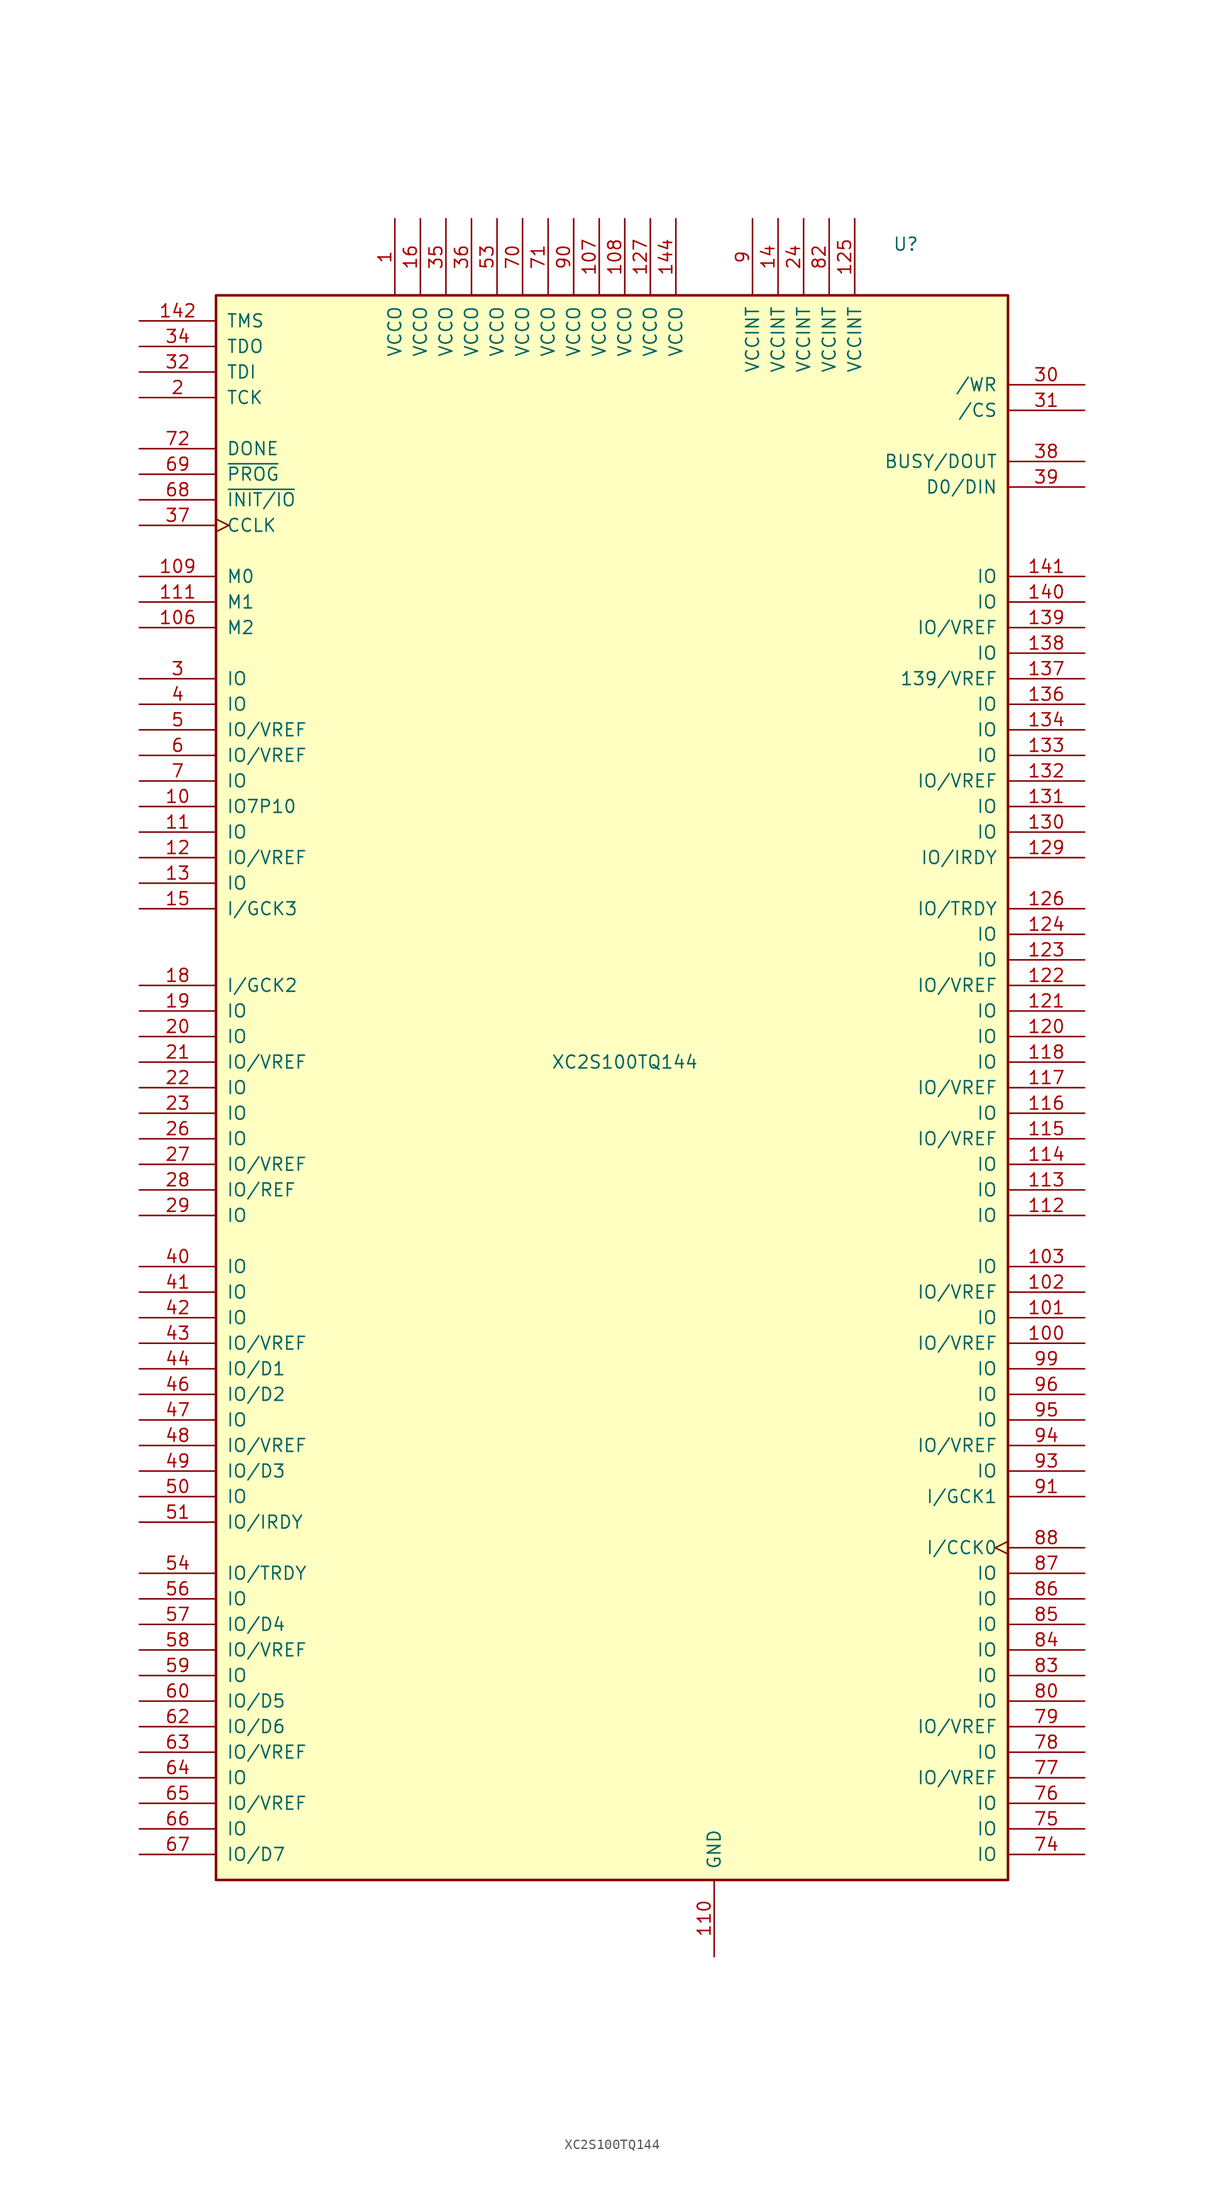
<source format=kicad_sym>
(kicad_symbol_lib
  (version 20241209)
  (generator "kicad_symbol_editor")
  (generator_version "9.0")
  (symbol "XC2S100TQ144"
    (pin_names
      (offset 1.016))
    (property "Reference" "U"
      (at 27.94 83.82 0)
      (effects (font (size 1.27 1.27))))
    (property "Value" "XC2S100TQ144"
      (at 0 2.54 0)
      (effects (font (size 1.27 1.27))))
    (symbol "XC2S100TQ144_0_1"
      (rectangle (start -40.64 78.74) (end 38.1 -78.74) (stroke (width 0.254) (type default)) (fill (type background))))
    (symbol "XC2S100TQ144_1_1"
      (pin input line (at -48.26 76.2 0) (length 7.62) (name "TMS" (effects (font (size 1.27 1.27)))) (number "142" (effects (font (size 1.27 1.27)))))
      (pin output line (at -48.26 73.66 0) (length 7.62) (name "TDO" (effects (font (size 1.27 1.27)))) (number "34" (effects (font (size 1.27 1.27)))))
      (pin input line (at -48.26 71.12 0) (length 7.62) (name "TDI" (effects (font (size 1.27 1.27)))) (number "32" (effects (font (size 1.27 1.27)))))
      (pin input line (at -48.26 68.58 0) (length 7.62) (name "TCK" (effects (font (size 1.27 1.27)))) (number "2" (effects (font (size 1.27 1.27)))))
      (pin open_collector line (at -48.26 63.5 0) (length 7.62) (name "DONE" (effects (font (size 1.27 1.27)))) (number "72" (effects (font (size 1.27 1.27)))))
      (pin input line (at -48.26 60.96 0) (length 7.62) (name "~{PROG}" (effects (font (size 1.27 1.27)))) (number "69" (effects (font (size 1.27 1.27)))))
      (pin bidirectional line (at -48.26 58.42 0) (length 7.62) (name "~{INIT/IO}" (effects (font (size 1.27 1.27)))) (number "68" (effects (font (size 1.27 1.27)))))
      (pin input clock (at -48.26 55.88 0) (length 7.62) (name "CCLK" (effects (font (size 1.27 1.27)))) (number "37" (effects (font (size 1.27 1.27)))))
      (pin input line (at -48.26 50.8 0) (length 7.62) (name "M0" (effects (font (size 1.27 1.27)))) (number "109" (effects (font (size 1.27 1.27)))))
      (pin input line (at -48.26 48.26 0) (length 7.62) (name "M1" (effects (font (size 1.27 1.27)))) (number "111" (effects (font (size 1.27 1.27)))))
      (pin input line (at -48.26 45.72 0) (length 7.62) (name "M2" (effects (font (size 1.27 1.27)))) (number "106" (effects (font (size 1.27 1.27)))))
      (pin bidirectional line (at -48.26 40.64 0) (length 7.62) (name "IO" (effects (font (size 1.27 1.27)))) (number "3" (effects (font (size 1.27 1.27)))))
      (pin bidirectional line (at -48.26 38.1 0) (length 7.62) (name "IO" (effects (font (size 1.27 1.27)))) (number "4" (effects (font (size 1.27 1.27)))))
      (pin bidirectional line (at -48.26 35.56 0) (length 7.62) (name "IO/VREF" (effects (font (size 1.27 1.27)))) (number "5" (effects (font (size 1.27 1.27)))))
      (pin bidirectional line (at -48.26 33.02 0) (length 7.62) (name "IO/VREF" (effects (font (size 1.27 1.27)))) (number "6" (effects (font (size 1.27 1.27)))))
      (pin bidirectional line (at -48.26 30.48 0) (length 7.62) (name "IO" (effects (font (size 1.27 1.27)))) (number "7" (effects (font (size 1.27 1.27)))))
      (pin bidirectional line (at -48.26 27.94 0) (length 7.62) (name "IO7P10" (effects (font (size 1.27 1.27)))) (number "10" (effects (font (size 1.27 1.27)))))
      (pin bidirectional line (at -48.26 25.4 0) (length 7.62) (name "IO" (effects (font (size 1.27 1.27)))) (number "11" (effects (font (size 1.27 1.27)))))
      (pin bidirectional line (at -48.26 22.86 0) (length 7.62) (name "IO/VREF" (effects (font (size 1.27 1.27)))) (number "12" (effects (font (size 1.27 1.27)))))
      (pin bidirectional line (at -48.26 20.32 0) (length 7.62) (name "IO" (effects (font (size 1.27 1.27)))) (number "13" (effects (font (size 1.27 1.27)))))
      (pin input line (at -48.26 17.78 0) (length 7.62) (name "I/GCK3" (effects (font (size 1.27 1.27)))) (number "15" (effects (font (size 1.27 1.27)))))
      (pin input line (at -48.26 10.16 0) (length 7.62) (name "I/GCK2" (effects (font (size 1.27 1.27)))) (number "18" (effects (font (size 1.27 1.27)))))
      (pin bidirectional line (at -48.26 7.62 0) (length 7.62) (name "IO" (effects (font (size 1.27 1.27)))) (number "19" (effects (font (size 1.27 1.27)))))
      (pin bidirectional line (at -48.26 5.08 0) (length 7.62) (name "IO" (effects (font (size 1.27 1.27)))) (number "20" (effects (font (size 1.27 1.27)))))
      (pin bidirectional line (at -48.26 2.54 0) (length 7.62) (name "IO/VREF" (effects (font (size 1.27 1.27)))) (number "21" (effects (font (size 1.27 1.27)))))
      (pin bidirectional line (at -48.26 0 0) (length 7.62) (name "IO" (effects (font (size 1.27 1.27)))) (number "22" (effects (font (size 1.27 1.27)))))
      (pin bidirectional line (at -48.26 -2.54 0) (length 7.62) (name "IO" (effects (font (size 1.27 1.27)))) (number "23" (effects (font (size 1.27 1.27)))))
      (pin bidirectional line (at -48.26 -5.08 0) (length 7.62) (name "IO" (effects (font (size 1.27 1.27)))) (number "26" (effects (font (size 1.27 1.27)))))
      (pin bidirectional line (at -48.26 -7.62 0) (length 7.62) (name "IO/VREF" (effects (font (size 1.27 1.27)))) (number "27" (effects (font (size 1.27 1.27)))))
      (pin bidirectional line (at -48.26 -10.16 0) (length 7.62) (name "IO/REF" (effects (font (size 1.27 1.27)))) (number "28" (effects (font (size 1.27 1.27)))))
      (pin bidirectional line (at -48.26 -12.7 0) (length 7.62) (name "IO" (effects (font (size 1.27 1.27)))) (number "29" (effects (font (size 1.27 1.27)))))
      (pin bidirectional line (at -48.26 -17.78 0) (length 7.62) (name "IO" (effects (font (size 1.27 1.27)))) (number "40" (effects (font (size 1.27 1.27)))))
      (pin bidirectional line (at -48.26 -20.32 0) (length 7.62) (name "IO" (effects (font (size 1.27 1.27)))) (number "41" (effects (font (size 1.27 1.27)))))
      (pin bidirectional line (at -48.26 -22.86 0) (length 7.62) (name "IO" (effects (font (size 1.27 1.27)))) (number "42" (effects (font (size 1.27 1.27)))))
      (pin bidirectional line (at -48.26 -25.4 0) (length 7.62) (name "IO/VREF" (effects (font (size 1.27 1.27)))) (number "43" (effects (font (size 1.27 1.27)))))
      (pin bidirectional line (at -48.26 -27.94 0) (length 7.62) (name "IO/D1" (effects (font (size 1.27 1.27)))) (number "44" (effects (font (size 1.27 1.27)))))
      (pin bidirectional line (at -48.26 -30.48 0) (length 7.62) (name "IO/D2" (effects (font (size 1.27 1.27)))) (number "46" (effects (font (size 1.27 1.27)))))
      (pin bidirectional line (at -48.26 -33.02 0) (length 7.62) (name "IO" (effects (font (size 1.27 1.27)))) (number "47" (effects (font (size 1.27 1.27)))))
      (pin bidirectional line (at -48.26 -35.56 0) (length 7.62) (name "IO/VREF" (effects (font (size 1.27 1.27)))) (number "48" (effects (font (size 1.27 1.27)))))
      (pin bidirectional line (at -48.26 -38.1 0) (length 7.62) (name "IO/D3" (effects (font (size 1.27 1.27)))) (number "49" (effects (font (size 1.27 1.27)))))
      (pin bidirectional line (at -48.26 -40.64 0) (length 7.62) (name "IO" (effects (font (size 1.27 1.27)))) (number "50" (effects (font (size 1.27 1.27)))))
      (pin bidirectional line (at -48.26 -43.18 0) (length 7.62) (name "IO/IRDY" (effects (font (size 1.27 1.27)))) (number "51" (effects (font (size 1.27 1.27)))))
      (pin bidirectional line (at -48.26 -48.26 0) (length 7.62) (name "IO/TRDY" (effects (font (size 1.27 1.27)))) (number "54" (effects (font (size 1.27 1.27)))))
      (pin bidirectional line (at -48.26 -50.8 0) (length 7.62) (name "IO" (effects (font (size 1.27 1.27)))) (number "56" (effects (font (size 1.27 1.27)))))
      (pin bidirectional line (at -48.26 -53.34 0) (length 7.62) (name "IO/D4" (effects (font (size 1.27 1.27)))) (number "57" (effects (font (size 1.27 1.27)))))
      (pin bidirectional line (at -48.26 -55.88 0) (length 7.62) (name "IO/VREF" (effects (font (size 1.27 1.27)))) (number "58" (effects (font (size 1.27 1.27)))))
      (pin bidirectional line (at -48.26 -58.42 0) (length 7.62) (name "IO" (effects (font (size 1.27 1.27)))) (number "59" (effects (font (size 1.27 1.27)))))
      (pin bidirectional line (at -48.26 -60.96 0) (length 7.62) (name "IO/D5" (effects (font (size 1.27 1.27)))) (number "60" (effects (font (size 1.27 1.27)))))
      (pin bidirectional line (at -48.26 -63.5 0) (length 7.62) (name "IO/D6" (effects (font (size 1.27 1.27)))) (number "62" (effects (font (size 1.27 1.27)))))
      (pin bidirectional line (at -48.26 -66.04 0) (length 7.62) (name "IO/VREF" (effects (font (size 1.27 1.27)))) (number "63" (effects (font (size 1.27 1.27)))))
      (pin bidirectional line (at -48.26 -68.58 0) (length 7.62) (name "IO" (effects (font (size 1.27 1.27)))) (number "64" (effects (font (size 1.27 1.27)))))
      (pin bidirectional line (at -48.26 -71.12 0) (length 7.62) (name "IO/VREF" (effects (font (size 1.27 1.27)))) (number "65" (effects (font (size 1.27 1.27)))))
      (pin bidirectional line (at -48.26 -73.66 0) (length 7.62) (name "IO" (effects (font (size 1.27 1.27)))) (number "66" (effects (font (size 1.27 1.27)))))
      (pin bidirectional line (at -48.26 -76.2 0) (length 7.62) (name "IO/D7" (effects (font (size 1.27 1.27)))) (number "67" (effects (font (size 1.27 1.27)))))
      (pin power_in line (at -22.86 86.36 270) (length 7.62) (name "VCCO" (effects (font (size 1.27 1.27)))) (number "1" (effects (font (size 1.27 1.27)))))
      (pin power_in line (at -20.32 86.36 270) (length 7.62) (name "VCCO" (effects (font (size 1.27 1.27)))) (number "16" (effects (font (size 1.27 1.27)))))
      (pin power_in line (at -17.78 86.36 270) (length 7.62) (name "VCCO" (effects (font (size 1.27 1.27)))) (number "35" (effects (font (size 1.27 1.27)))))
      (pin power_in line (at -15.24 86.36 270) (length 7.62) (name "VCCO" (effects (font (size 1.27 1.27)))) (number "36" (effects (font (size 1.27 1.27)))))
      (pin power_in line (at -12.7 86.36 270) (length 7.62) (name "VCCO" (effects (font (size 1.27 1.27)))) (number "53" (effects (font (size 1.27 1.27)))))
      (pin power_in line (at -10.16 86.36 270) (length 7.62) (name "VCCO" (effects (font (size 1.27 1.27)))) (number "70" (effects (font (size 1.27 1.27)))))
      (pin power_in line (at -7.62 86.36 270) (length 7.62) (name "VCCO" (effects (font (size 1.27 1.27)))) (number "71" (effects (font (size 1.27 1.27)))))
      (pin power_in line (at -5.08 86.36 270) (length 7.62) (name "VCCO" (effects (font (size 1.27 1.27)))) (number "90" (effects (font (size 1.27 1.27)))))
      (pin power_in line (at -2.54 86.36 270) (length 7.62) (name "VCCO" (effects (font (size 1.27 1.27)))) (number "107" (effects (font (size 1.27 1.27)))))
      (pin power_in line (at 0 86.36 270) (length 7.62) (name "VCCO" (effects (font (size 1.27 1.27)))) (number "108" (effects (font (size 1.27 1.27)))))
      (pin power_in line (at 2.54 86.36 270) (length 7.62) (name "VCCO" (effects (font (size 1.27 1.27)))) (number "127" (effects (font (size 1.27 1.27)))))
      (pin passive line (at 5.08 86.36 270) (length 7.62) (name "VCCO" (effects (font (size 1.27 1.27)))) (number "144" (effects (font (size 1.27 1.27)))))
      (pin power_in line (at 8.89 -86.36 90) (length 7.62) (name "GND" (effects (font (size 1.27 1.27)))) (number "110" (effects (font (size 1.27 1.27)))))
      (pin passive line (at 8.89 -86.36 90) (length 7.62) (hide yes) (name "GND" (effects (font (size 1.27 1.27)))) (number "119" (effects (font (size 1.27 1.27)))))
      (pin passive line (at 8.89 -86.36 90) (length 7.62) (hide yes) (name "GND" (effects (font (size 1.27 1.27)))) (number "128" (effects (font (size 1.27 1.27)))))
      (pin passive line (at 8.89 -86.36 90) (length 7.62) (hide yes) (name "GND" (effects (font (size 1.27 1.27)))) (number "135" (effects (font (size 1.27 1.27)))))
      (pin passive line (at 8.89 -86.36 90) (length 7.62) (hide yes) (name "GND" (effects (font (size 1.27 1.27)))) (number "143" (effects (font (size 1.27 1.27)))))
      (pin passive line (at 8.89 -86.36 90) (length 7.62) (hide yes) (name "GND" (effects (font (size 1.27 1.27)))) (number "17" (effects (font (size 1.27 1.27)))))
      (pin passive line (at 8.89 -86.36 90) (length 7.62) (hide yes) (name "GND" (effects (font (size 1.27 1.27)))) (number "25" (effects (font (size 1.27 1.27)))))
      (pin passive line (at 8.89 -86.36 90) (length 7.62) (hide yes) (name "GND" (effects (font (size 1.27 1.27)))) (number "33" (effects (font (size 1.27 1.27)))))
      (pin passive line (at 8.89 -86.36 90) (length 7.62) (hide yes) (name "GND" (effects (font (size 1.27 1.27)))) (number "45" (effects (font (size 1.27 1.27)))))
      (pin passive line (at 8.89 -86.36 90) (length 7.62) (hide yes) (name "GND" (effects (font (size 1.27 1.27)))) (number "52" (effects (font (size 1.27 1.27)))))
      (pin passive line (at 8.89 -86.36 90) (length 7.62) (hide yes) (name "GND" (effects (font (size 1.27 1.27)))) (number "61" (effects (font (size 1.27 1.27)))))
      (pin passive line (at 8.89 -86.36 90) (length 7.62) (hide yes) (name "GND" (effects (font (size 1.27 1.27)))) (number "73" (effects (font (size 1.27 1.27)))))
      (pin passive line (at 8.89 -86.36 90) (length 7.62) (hide yes) (name "GND" (effects (font (size 1.27 1.27)))) (number "8" (effects (font (size 1.27 1.27)))))
      (pin passive line (at 8.89 -86.36 90) (length 7.62) (hide yes) (name "GND" (effects (font (size 1.27 1.27)))) (number "81" (effects (font (size 1.27 1.27)))))
      (pin passive line (at 8.89 -86.36 90) (length 7.62) (hide yes) (name "GND" (effects (font (size 1.27 1.27)))) (number "89" (effects (font (size 1.27 1.27)))))
      (pin passive line (at 8.89 -86.36 90) (length 7.62) (hide yes) (name "GND" (effects (font (size 1.27 1.27)))) (number "98" (effects (font (size 1.27 1.27)))))
      (pin power_in line (at 12.7 86.36 270) (length 7.62) (name "VCCINT" (effects (font (size 1.27 1.27)))) (number "9" (effects (font (size 1.27 1.27)))))
      (pin power_in line (at 15.24 86.36 270) (length 7.62) (name "VCCINT" (effects (font (size 1.27 1.27)))) (number "14" (effects (font (size 1.27 1.27)))))
      (pin power_in line (at 17.78 86.36 270) (length 7.62) (name "VCCINT" (effects (font (size 1.27 1.27)))) (number "24" (effects (font (size 1.27 1.27)))))
      (pin power_in line (at 20.32 86.36 270) (length 7.62) (name "VCCINT" (effects (font (size 1.27 1.27)))) (number "82" (effects (font (size 1.27 1.27)))))
      (pin power_in line (at 22.86 86.36 270) (length 7.62) (name "VCCINT" (effects (font (size 1.27 1.27)))) (number "125" (effects (font (size 1.27 1.27)))))
      (pin bidirectional line (at 45.72 69.85 180) (length 7.62) (name "/WR" (effects (font (size 1.27 1.27)))) (number "30" (effects (font (size 1.27 1.27)))))
      (pin bidirectional line (at 45.72 67.31 180) (length 7.62) (name "/CS" (effects (font (size 1.27 1.27)))) (number "31" (effects (font (size 1.27 1.27)))))
      (pin output line (at 45.72 62.23 180) (length 7.62) (name "BUSY/DOUT" (effects (font (size 1.27 1.27)))) (number "38" (effects (font (size 1.27 1.27)))))
      (pin bidirectional line (at 45.72 59.69 180) (length 7.62) (name "D0/DIN" (effects (font (size 1.27 1.27)))) (number "39" (effects (font (size 1.27 1.27)))))
      (pin bidirectional line (at 45.72 50.8 180) (length 7.62) (name "IO" (effects (font (size 1.27 1.27)))) (number "141" (effects (font (size 1.27 1.27)))))
      (pin bidirectional line (at 45.72 48.26 180) (length 7.62) (name "IO" (effects (font (size 1.27 1.27)))) (number "140" (effects (font (size 1.27 1.27)))))
      (pin bidirectional line (at 45.72 45.72 180) (length 7.62) (name "IO/VREF" (effects (font (size 1.27 1.27)))) (number "139" (effects (font (size 1.27 1.27)))))
      (pin bidirectional line (at 45.72 43.18 180) (length 7.62) (name "IO" (effects (font (size 1.27 1.27)))) (number "138" (effects (font (size 1.27 1.27)))))
      (pin bidirectional line (at 45.72 40.64 180) (length 7.62) (name "139/VREF" (effects (font (size 1.27 1.27)))) (number "137" (effects (font (size 1.27 1.27)))))
      (pin bidirectional line (at 45.72 38.1 180) (length 7.62) (name "IO" (effects (font (size 1.27 1.27)))) (number "136" (effects (font (size 1.27 1.27)))))
      (pin bidirectional line (at 45.72 35.56 180) (length 7.62) (name "IO" (effects (font (size 1.27 1.27)))) (number "134" (effects (font (size 1.27 1.27)))))
      (pin bidirectional line (at 45.72 33.02 180) (length 7.62) (name "IO" (effects (font (size 1.27 1.27)))) (number "133" (effects (font (size 1.27 1.27)))))
      (pin bidirectional line (at 45.72 30.48 180) (length 7.62) (name "IO/VREF" (effects (font (size 1.27 1.27)))) (number "132" (effects (font (size 1.27 1.27)))))
      (pin bidirectional line (at 45.72 27.94 180) (length 7.62) (name "IO" (effects (font (size 1.27 1.27)))) (number "131" (effects (font (size 1.27 1.27)))))
      (pin bidirectional line (at 45.72 25.4 180) (length 7.62) (name "IO" (effects (font (size 1.27 1.27)))) (number "130" (effects (font (size 1.27 1.27)))))
      (pin bidirectional line (at 45.72 22.86 180) (length 7.62) (name "IO/IRDY" (effects (font (size 1.27 1.27)))) (number "129" (effects (font (size 1.27 1.27)))))
      (pin bidirectional line (at 45.72 17.78 180) (length 7.62) (name "IO/TRDY" (effects (font (size 1.27 1.27)))) (number "126" (effects (font (size 1.27 1.27)))))
      (pin bidirectional line (at 45.72 15.24 180) (length 7.62) (name "IO" (effects (font (size 1.27 1.27)))) (number "124" (effects (font (size 1.27 1.27)))))
      (pin bidirectional line (at 45.72 12.7 180) (length 7.62) (name "IO" (effects (font (size 1.27 1.27)))) (number "123" (effects (font (size 1.27 1.27)))))
      (pin bidirectional line (at 45.72 10.16 180) (length 7.62) (name "IO/VREF" (effects (font (size 1.27 1.27)))) (number "122" (effects (font (size 1.27 1.27)))))
      (pin bidirectional line (at 45.72 7.62 180) (length 7.62) (name "IO" (effects (font (size 1.27 1.27)))) (number "121" (effects (font (size 1.27 1.27)))))
      (pin bidirectional line (at 45.72 5.08 180) (length 7.62) (name "IO" (effects (font (size 1.27 1.27)))) (number "120" (effects (font (size 1.27 1.27)))))
      (pin bidirectional line (at 45.72 2.54 180) (length 7.62) (name "IO" (effects (font (size 1.27 1.27)))) (number "118" (effects (font (size 1.27 1.27)))))
      (pin bidirectional line (at 45.72 0 180) (length 7.62) (name "IO/VREF" (effects (font (size 1.27 1.27)))) (number "117" (effects (font (size 1.27 1.27)))))
      (pin bidirectional line (at 45.72 -2.54 180) (length 7.62) (name "IO" (effects (font (size 1.27 1.27)))) (number "116" (effects (font (size 1.27 1.27)))))
      (pin bidirectional line (at 45.72 -5.08 180) (length 7.62) (name "IO/VREF" (effects (font (size 1.27 1.27)))) (number "115" (effects (font (size 1.27 1.27)))))
      (pin bidirectional line (at 45.72 -7.62 180) (length 7.62) (name "IO" (effects (font (size 1.27 1.27)))) (number "114" (effects (font (size 1.27 1.27)))))
      (pin bidirectional line (at 45.72 -10.16 180) (length 7.62) (name "IO" (effects (font (size 1.27 1.27)))) (number "113" (effects (font (size 1.27 1.27)))))
      (pin bidirectional line (at 45.72 -12.7 180) (length 7.62) (name "IO" (effects (font (size 1.27 1.27)))) (number "112" (effects (font (size 1.27 1.27)))))
      (pin bidirectional line (at 45.72 -17.78 180) (length 7.62) (name "IO" (effects (font (size 1.27 1.27)))) (number "103" (effects (font (size 1.27 1.27)))))
      (pin bidirectional line (at 45.72 -20.32 180) (length 7.62) (name "IO/VREF" (effects (font (size 1.27 1.27)))) (number "102" (effects (font (size 1.27 1.27)))))
      (pin bidirectional line (at 45.72 -22.86 180) (length 7.62) (name "IO" (effects (font (size 1.27 1.27)))) (number "101" (effects (font (size 1.27 1.27)))))
      (pin bidirectional line (at 45.72 -25.4 180) (length 7.62) (name "IO/VREF" (effects (font (size 1.27 1.27)))) (number "100" (effects (font (size 1.27 1.27)))))
      (pin bidirectional line (at 45.72 -27.94 180) (length 7.62) (name "IO" (effects (font (size 1.27 1.27)))) (number "99" (effects (font (size 1.27 1.27)))))
      (pin bidirectional line (at 45.72 -30.48 180) (length 7.62) (name "IO" (effects (font (size 1.27 1.27)))) (number "96" (effects (font (size 1.27 1.27)))))
      (pin bidirectional line (at 45.72 -33.02 180) (length 7.62) (name "IO" (effects (font (size 1.27 1.27)))) (number "95" (effects (font (size 1.27 1.27)))))
      (pin bidirectional line (at 45.72 -35.56 180) (length 7.62) (name "IO/VREF" (effects (font (size 1.27 1.27)))) (number "94" (effects (font (size 1.27 1.27)))))
      (pin bidirectional line (at 45.72 -38.1 180) (length 7.62) (name "IO" (effects (font (size 1.27 1.27)))) (number "93" (effects (font (size 1.27 1.27)))))
      (pin input line (at 45.72 -40.64 180) (length 7.62) (name "I/GCK1" (effects (font (size 1.27 1.27)))) (number "91" (effects (font (size 1.27 1.27)))))
      (pin input clock (at 45.72 -45.72 180) (length 7.62) (name "I/CCK0" (effects (font (size 1.27 1.27)))) (number "88" (effects (font (size 1.27 1.27)))))
      (pin bidirectional line (at 45.72 -48.26 180) (length 7.62) (name "IO" (effects (font (size 1.27 1.27)))) (number "87" (effects (font (size 1.27 1.27)))))
      (pin bidirectional line (at 45.72 -50.8 180) (length 7.62) (name "IO" (effects (font (size 1.27 1.27)))) (number "86" (effects (font (size 1.27 1.27)))))
      (pin bidirectional line (at 45.72 -53.34 180) (length 7.62) (name "IO" (effects (font (size 1.27 1.27)))) (number "85" (effects (font (size 1.27 1.27)))))
      (pin bidirectional line (at 45.72 -55.88 180) (length 7.62) (name "IO" (effects (font (size 1.27 1.27)))) (number "84" (effects (font (size 1.27 1.27)))))
      (pin bidirectional line (at 45.72 -58.42 180) (length 7.62) (name "IO" (effects (font (size 1.27 1.27)))) (number "83" (effects (font (size 1.27 1.27)))))
      (pin bidirectional line (at 45.72 -60.96 180) (length 7.62) (name "IO" (effects (font (size 1.27 1.27)))) (number "80" (effects (font (size 1.27 1.27)))))
      (pin bidirectional line (at 45.72 -63.5 180) (length 7.62) (name "IO/VREF" (effects (font (size 1.27 1.27)))) (number "79" (effects (font (size 1.27 1.27)))))
      (pin bidirectional line (at 45.72 -66.04 180) (length 7.62) (name "IO" (effects (font (size 1.27 1.27)))) (number "78" (effects (font (size 1.27 1.27)))))
      (pin bidirectional line (at 45.72 -68.58 180) (length 7.62) (name "IO/VREF" (effects (font (size 1.27 1.27)))) (number "77" (effects (font (size 1.27 1.27)))))
      (pin bidirectional line (at 45.72 -71.12 180) (length 7.62) (name "IO" (effects (font (size 1.27 1.27)))) (number "76" (effects (font (size 1.27 1.27)))))
      (pin bidirectional line (at 45.72 -73.66 180) (length 7.62) (name "IO" (effects (font (size 1.27 1.27)))) (number "75" (effects (font (size 1.27 1.27)))))
      (pin bidirectional line (at 45.72 -76.2 180) (length 7.62) (name "IO" (effects (font (size 1.27 1.27)))) (number "74" (effects (font (size 1.27 1.27))))))))
</source>
